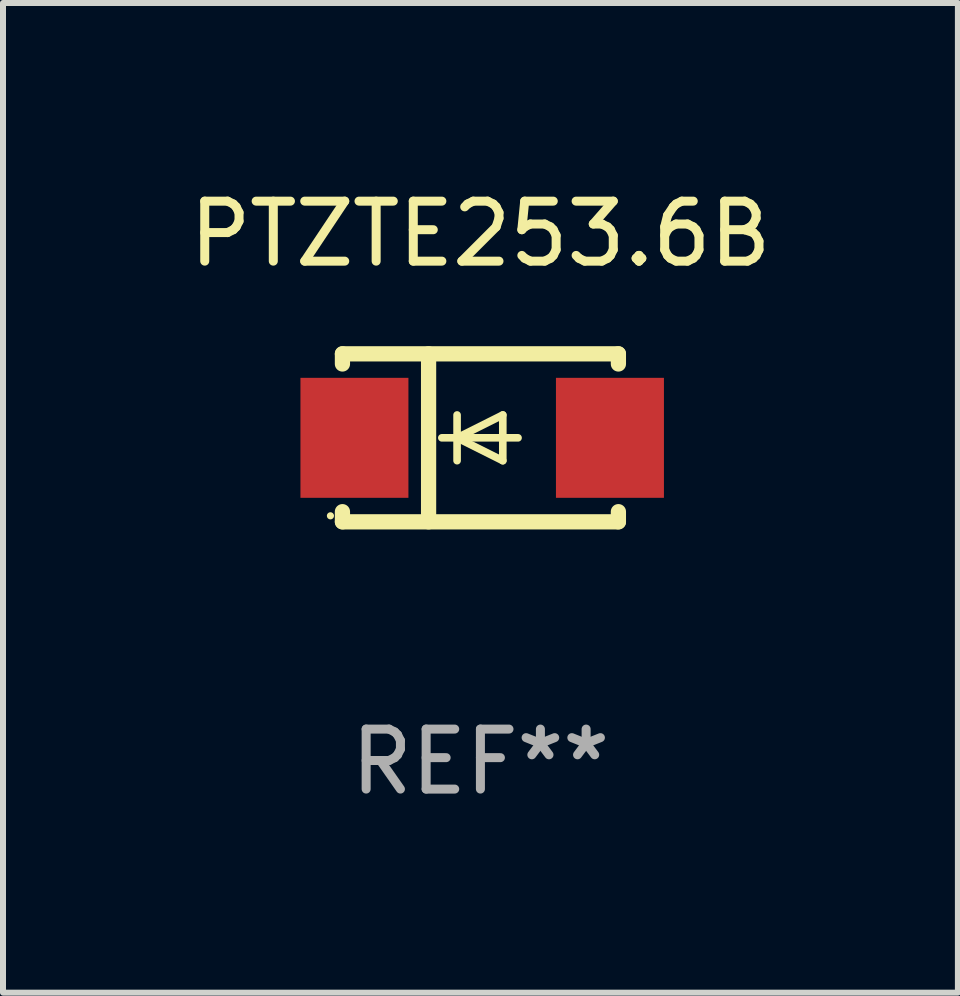
<source format=kicad_pcb>
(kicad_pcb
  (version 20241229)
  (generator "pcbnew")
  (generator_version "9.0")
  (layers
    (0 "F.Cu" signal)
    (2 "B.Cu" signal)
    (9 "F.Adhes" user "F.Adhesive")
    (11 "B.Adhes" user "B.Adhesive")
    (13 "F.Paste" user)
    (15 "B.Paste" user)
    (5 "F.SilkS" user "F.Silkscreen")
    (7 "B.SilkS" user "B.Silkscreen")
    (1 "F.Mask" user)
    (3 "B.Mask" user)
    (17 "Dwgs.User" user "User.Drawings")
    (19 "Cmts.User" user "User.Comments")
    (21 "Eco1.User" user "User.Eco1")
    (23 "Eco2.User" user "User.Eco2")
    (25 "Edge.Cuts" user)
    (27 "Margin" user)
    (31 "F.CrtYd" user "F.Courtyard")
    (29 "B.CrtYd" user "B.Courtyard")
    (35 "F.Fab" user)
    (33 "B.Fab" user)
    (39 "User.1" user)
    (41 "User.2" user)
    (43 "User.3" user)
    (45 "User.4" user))
  (footprint "PTZTE253.6B"
    (layer "F.Cu")
    (at 4.958 4.248)
    (property "Reference" "PTZTE253.6B" (at 0 -3.4 0) (layer "F.SilkS") (effects (font (size 1 1) (thickness 0.15))))
    (attr through_hole)
    (fp_line (start -2.3 -1.4) (end -2.3 -1.231) (stroke (width 0.254) (type solid)) (layer "F.SilkS"))
    (fp_line (start -2.3 -1.4) (end 2.3 -1.4) (stroke (width 0.254) (type solid)) (layer "F.SilkS"))
    (fp_line (start -2.3 1.231) (end -2.3 1.4) (stroke (width 0.254) (type solid)) (layer "F.SilkS"))
    (fp_line (start -2.3 1.4) (end 2.3 1.4) (stroke (width 0.254) (type solid)) (layer "F.SilkS"))
    (fp_line (start -0.864 1.4) (end -0.864 -1.4) (stroke (width 0.254) (type solid)) (layer "F.SilkS"))
    (fp_line (start -0.389 0) (end -0.389 -0.381) (stroke (width 0.127) (type solid)) (layer "F.SilkS"))
    (fp_line (start -0.389 0) (end -0.389 0.381) (stroke (width 0.127) (type solid)) (layer "F.SilkS"))
    (fp_line (start 0.373 -0.381) (end -0.389 0) (stroke (width 0.127) (type solid)) (layer "F.SilkS"))
    (fp_line (start 0.373 0) (end 0.373 -0.381) (stroke (width 0.127) (type solid)) (layer "F.SilkS"))
    (fp_line (start 0.373 0) (end 0.373 0.381) (stroke (width 0.127) (type solid)) (layer "F.SilkS"))
    (fp_line (start 0.373 0.381) (end -0.389 0) (stroke (width 0.127) (type solid)) (layer "F.SilkS"))
    (fp_line (start 0.627 0) (end -0.643 0) (stroke (width 0.127) (type solid)) (layer "F.SilkS"))
    (fp_line (start 2.3 -1.4) (end 2.3 -1.231) (stroke (width 0.254) (type solid)) (layer "F.SilkS"))
    (fp_line (start 2.3 1.231) (end 2.3 1.4) (stroke (width 0.254) (type solid)) (layer "F.SilkS"))
    (fp_circle (center -2.5 1.3) (end -2.47 1.3) (stroke (width 0.06) (type solid)) (fill no) (layer "F.SilkS"))
    (fp_text user "REF**" (at 0 5.4 0) (layer "F.Fab") (effects (font (size 1 1) (thickness 0.15))))
    (pad "1" smd rect (at -2.1 0 180) (size 1.8 2) (layers "F.Cu" "F.Mask" "F.Paste"))
    (pad "2" smd rect (at 2.159 0 180) (size 1.8 2) (layers "F.Cu" "F.Mask" "F.Paste")))
  (gr_rect
    (start -3 -3)
    (end 12.917 13.496)
    (stroke (width 0.1) (type default))
    (fill no)
    (layer "Edge.Cuts")))
</source>
